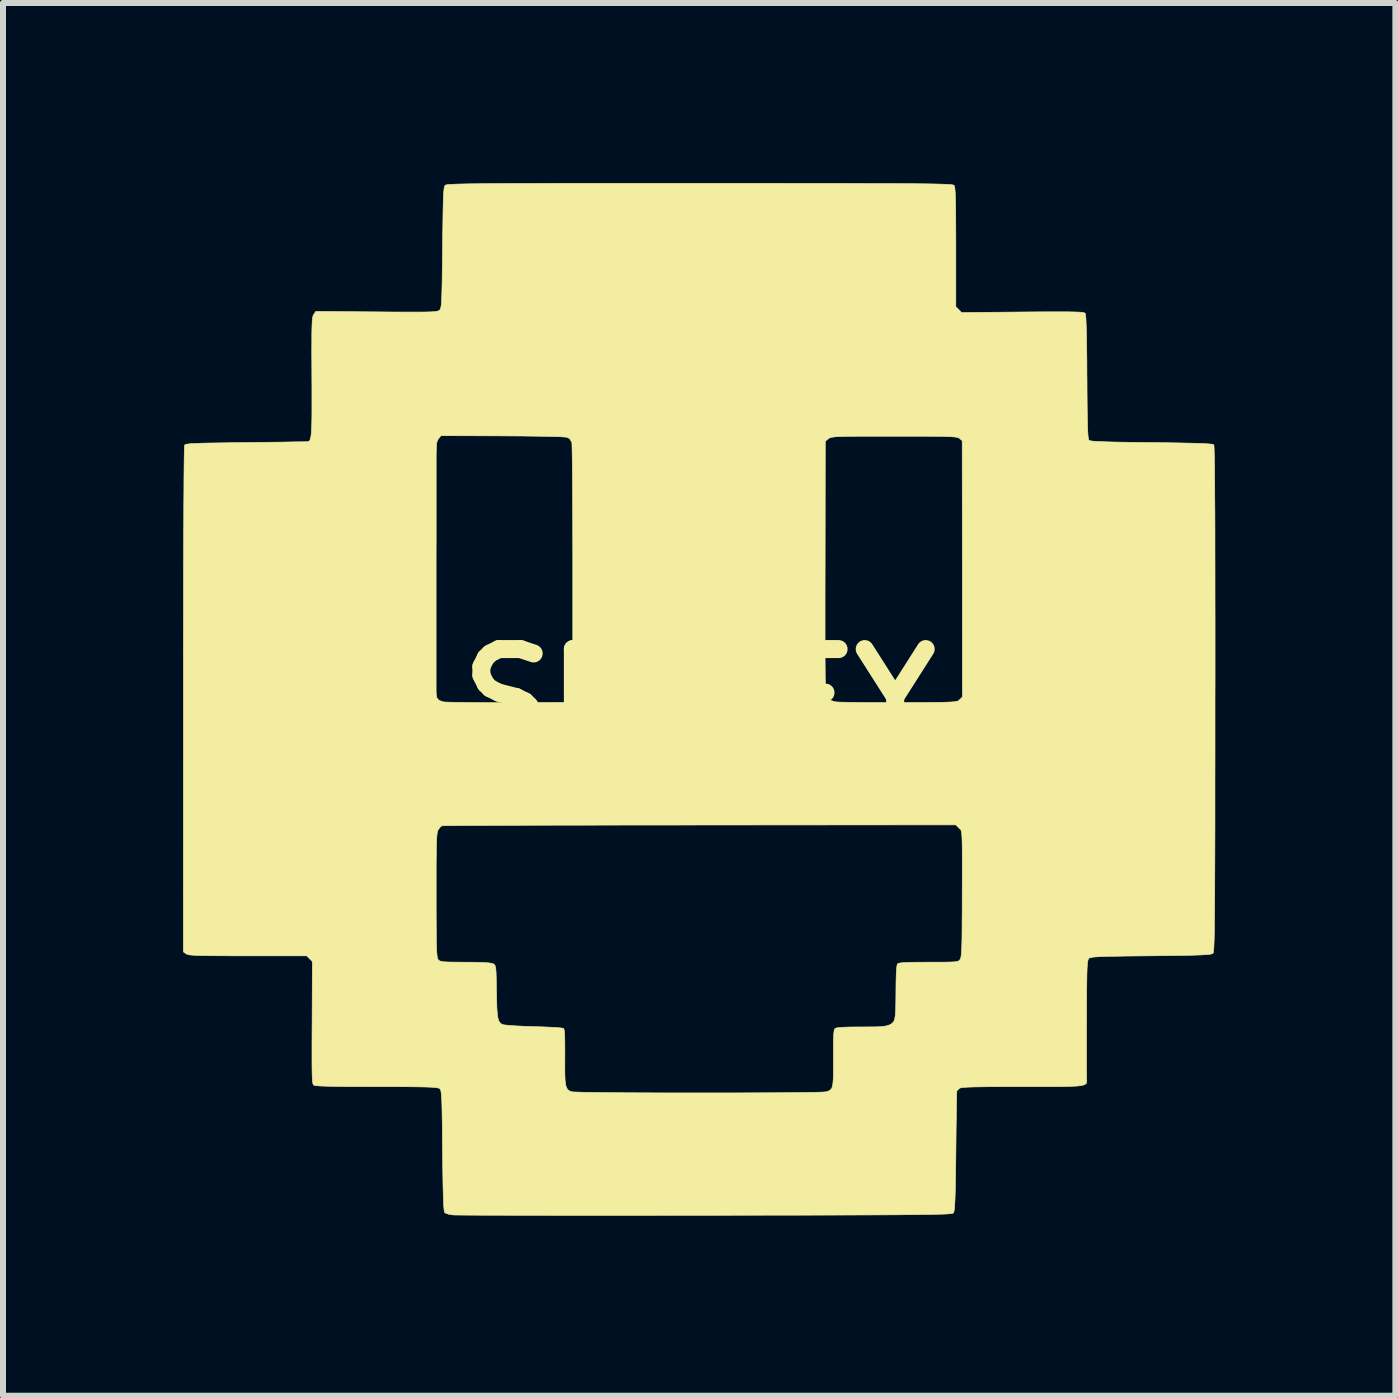
<source format=kicad_pcb>
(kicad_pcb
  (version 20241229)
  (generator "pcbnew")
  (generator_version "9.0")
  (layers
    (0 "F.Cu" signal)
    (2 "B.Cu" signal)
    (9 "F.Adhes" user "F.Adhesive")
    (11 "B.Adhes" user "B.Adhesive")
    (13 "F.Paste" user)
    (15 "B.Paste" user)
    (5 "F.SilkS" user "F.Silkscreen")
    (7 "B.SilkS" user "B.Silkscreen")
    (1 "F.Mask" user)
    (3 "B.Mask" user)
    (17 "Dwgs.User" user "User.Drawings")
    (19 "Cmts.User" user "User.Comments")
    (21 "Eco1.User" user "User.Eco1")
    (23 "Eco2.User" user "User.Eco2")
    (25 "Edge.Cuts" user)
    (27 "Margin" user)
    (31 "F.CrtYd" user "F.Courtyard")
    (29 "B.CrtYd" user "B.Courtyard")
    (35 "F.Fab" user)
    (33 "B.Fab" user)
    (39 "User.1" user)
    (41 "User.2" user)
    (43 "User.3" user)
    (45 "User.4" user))
  (footprint "SMILEY"
    (layer "F.Cu")
    (at 8.599 8.599)
    (property "Reference" "SMILEY" (at 0 0 0) (layer "F.SilkS") (effects (font (size 1.524 1.524) (thickness 0.3))))
    (attr through_hole)
    (fp_poly (pts (xy -0.43 -8.594) (xy 0.012 -8.594) (xy 0.51 -8.594) (xy 0.967 -8.594) (xy 1.385 -8.594) (xy 1.766 -8.593) (xy 2.112 -8.593) (xy 2.424 -8.593) (xy 2.704 -8.592) (xy 2.954 -8.591) (xy 3.175 -8.591) (xy 3.37 -8.59) (xy 3.539 -8.589) (xy 3.686 -8.587) (xy 3.81 -8.586) (xy 3.915 -8.584) (xy 4.002 -8.582) (xy 4.072 -8.58) (xy 4.128 -8.577) (xy 4.17 -8.575) (xy 4.202 -8.572) (xy 4.224 -8.568) (xy 4.238 -8.565) (xy 4.246 -8.561) (xy 4.249 -8.558) (xy 4.256 -8.539) (xy 4.261 -8.5) (xy 4.266 -8.438) (xy 4.269 -8.35) (xy 4.272 -8.233) (xy 4.274 -8.084) (xy 4.275 -7.901) (xy 4.276 -7.68) (xy 4.276 -7.53) (xy 4.276 -6.539) (xy 4.372 -6.442) (xy 5.389 -6.451) (xy 5.627 -6.453) (xy 5.827 -6.454) (xy 5.991 -6.454) (xy 6.124 -6.454) (xy 6.227 -6.452) (xy 6.305 -6.45) (xy 6.361 -6.447) (xy 6.398 -6.442) (xy 6.42 -6.436) (xy 6.43 -6.43) (xy 6.436 -6.409) (xy 6.442 -6.361) (xy 6.446 -6.283) (xy 6.45 -6.174) (xy 6.454 -6.032) (xy 6.456 -5.853) (xy 6.459 -5.637) (xy 6.46 -5.38) (xy 6.461 -5.371) (xy 6.462 -5.124) (xy 6.464 -4.917) (xy 6.466 -4.747) (xy 6.469 -4.609) (xy 6.472 -4.502) (xy 6.476 -4.422) (xy 6.481 -4.366) (xy 6.487 -4.331) (xy 6.493 -4.315) (xy 6.494 -4.314) (xy 6.509 -4.307) (xy 6.543 -4.301) (xy 6.599 -4.296) (xy 6.679 -4.292) (xy 6.786 -4.288) (xy 6.924 -4.284) (xy 7.095 -4.281) (xy 7.303 -4.278) (xy 7.535 -4.276) (xy 7.799 -4.273) (xy 8.021 -4.269) (xy 8.204 -4.265) (xy 8.348 -4.261) (xy 8.456 -4.256) (xy 8.528 -4.25) (xy 8.566 -4.244) (xy 8.573 -4.241) (xy 8.576 -4.226) (xy 8.579 -4.185) (xy 8.581 -4.117) (xy 8.584 -4.022) (xy 8.586 -3.898) (xy 8.587 -3.744) (xy 8.589 -3.559) (xy 8.59 -3.342) (xy 8.592 -3.093) (xy 8.593 -2.809) (xy 8.593 -2.489) (xy 8.594 -2.134) (xy 8.594 -1.741) (xy 8.595 -1.31) (xy 8.595 -0.839) (xy 8.595 -0.327) (xy 8.594 -0.008) (xy 8.594 0.493) (xy 8.594 0.953) (xy 8.593 1.375) (xy 8.593 1.759) (xy 8.593 2.108) (xy 8.592 2.423) (xy 8.591 2.705) (xy 8.59 2.957) (xy 8.589 3.181) (xy 8.588 3.377) (xy 8.587 3.548) (xy 8.585 3.695) (xy 8.584 3.82) (xy 8.582 3.925) (xy 8.58 4.011) (xy 8.577 4.08) (xy 8.575 4.134) (xy 8.572 4.175) (xy 8.569 4.203) (xy 8.566 4.222) (xy 8.562 4.231) (xy 8.561 4.233) (xy 8.548 4.241) (xy 8.524 4.247) (xy 8.486 4.253) (xy 8.43 4.257) (xy 8.353 4.261) (xy 8.25 4.265) (xy 8.119 4.268) (xy 7.956 4.27) (xy 7.758 4.273) (xy 7.522 4.276) (xy 7.29 4.278) (xy 7.096 4.28) (xy 6.937 4.283) (xy 6.809 4.285) (xy 6.71 4.288) (xy 6.634 4.292) (xy 6.579 4.296) (xy 6.54 4.301) (xy 6.515 4.307) (xy 6.499 4.314) (xy 6.489 4.323) (xy 6.486 4.327) (xy 6.479 4.344) (xy 6.472 4.373) (xy 6.467 4.419) (xy 6.463 4.485) (xy 6.46 4.575) (xy 6.458 4.692) (xy 6.456 4.84) (xy 6.455 5.022) (xy 6.454 5.241) (xy 6.454 5.322) (xy 6.453 5.521) (xy 6.453 5.708) (xy 6.453 5.879) (xy 6.453 6.03) (xy 6.453 6.155) (xy 6.454 6.25) (xy 6.454 6.311) (xy 6.455 6.331) (xy 6.457 6.359) (xy 6.455 6.382) (xy 6.448 6.402) (xy 6.431 6.417) (xy 6.401 6.429) (xy 6.355 6.439) (xy 6.289 6.446) (xy 6.201 6.45) (xy 6.085 6.453) (xy 5.94 6.455) (xy 5.761 6.456) (xy 5.546 6.456) (xy 5.376 6.456) (xy 5.14 6.456) (xy 4.943 6.456) (xy 4.781 6.457) (xy 4.651 6.459) (xy 4.548 6.461) (xy 4.471 6.464) (xy 4.414 6.468) (xy 4.375 6.472) (xy 4.349 6.478) (xy 4.334 6.486) (xy 4.33 6.489) (xy 4.302 6.517) (xy 4.293 6.526) (xy 4.291 6.547) (xy 4.29 6.607) (xy 4.288 6.7) (xy 4.286 6.824) (xy 4.284 6.973) (xy 4.281 7.144) (xy 4.279 7.332) (xy 4.277 7.529) (xy 4.274 7.765) (xy 4.271 7.962) (xy 4.268 8.123) (xy 4.265 8.253) (xy 4.261 8.355) (xy 4.257 8.431) (xy 4.253 8.487) (xy 4.247 8.524) (xy 4.241 8.548) (xy 4.233 8.561) (xy 4.233 8.561) (xy 4.226 8.565) (xy 4.211 8.569) (xy 4.187 8.572) (xy 4.152 8.575) (xy 4.105 8.578) (xy 4.043 8.58) (xy 3.965 8.582) (xy 3.87 8.584) (xy 3.754 8.586) (xy 3.618 8.588) (xy 3.459 8.589) (xy 3.274 8.591) (xy 3.064 8.592) (xy 2.825 8.593) (xy 2.557 8.594) (xy 2.257 8.595) (xy 1.923 8.596) (xy 1.555 8.597) (xy 1.149 8.597) (xy 0.706 8.598) (xy 0.222 8.599) (xy 0.105 8.599) (xy -0.31 8.599) (xy -0.714 8.6) (xy -1.106 8.6) (xy -1.483 8.6) (xy -1.844 8.6) (xy -2.185 8.6) (xy -2.506 8.6) (xy -2.803 8.599) (xy -3.076 8.599) (xy -3.321 8.598) (xy -3.536 8.598) (xy -3.72 8.597) (xy -3.871 8.596) (xy -3.985 8.595) (xy -4.062 8.594) (xy -4.099 8.593) (xy -4.101 8.593) (xy -4.169 8.582) (xy -4.221 8.565) (xy -4.238 8.555) (xy -4.245 8.539) (xy -4.251 8.503) (xy -4.256 8.444) (xy -4.26 8.36) (xy -4.264 8.247) (xy -4.268 8.102) (xy -4.271 7.923) (xy -4.274 7.707) (xy -4.276 7.522) (xy -4.278 7.289) (xy -4.28 7.095) (xy -4.283 6.937) (xy -4.285 6.809) (xy -4.288 6.709) (xy -4.292 6.634) (xy -4.296 6.579) (xy -4.301 6.54) (xy -4.307 6.515) (xy -4.314 6.499) (xy -4.323 6.489) (xy -4.327 6.486) (xy -4.343 6.479) (xy -4.372 6.473) (xy -4.416 6.468) (xy -4.481 6.464) (xy -4.568 6.461) (xy -4.681 6.459) (xy -4.825 6.457) (xy -5.002 6.456) (xy -5.215 6.456) (xy -5.371 6.456) (xy -5.624 6.455) (xy -5.846 6.454) (xy -6.033 6.452) (xy -6.185 6.449) (xy -6.301 6.445) (xy -6.377 6.44) (xy -6.413 6.435) (xy -6.414 6.434) (xy -6.423 6.428) (xy -6.431 6.417) (xy -6.437 6.398) (xy -6.442 6.368) (xy -6.446 6.322) (xy -6.448 6.258) (xy -6.45 6.171) (xy -6.451 6.058) (xy -6.451 5.916) (xy -6.451 5.74) (xy -6.45 5.528) (xy -6.449 5.392) (xy -6.445 4.371) (xy -6.492 4.323) (xy -6.539 4.276) (xy -7.519 4.276) (xy -7.752 4.276) (xy -7.946 4.275) (xy -8.105 4.274) (xy -8.233 4.272) (xy -8.333 4.27) (xy -8.409 4.267) (xy -8.465 4.263) (xy -8.503 4.258) (xy -8.529 4.251) (xy -8.545 4.244) (xy -8.547 4.243) (xy -8.594 4.21) (xy -8.594 3.024) (xy -4.382 3.024) (xy -4.382 3.263) (xy -4.382 3.275) (xy -4.382 3.512) (xy -4.381 3.711) (xy -4.38 3.874) (xy -4.379 4.006) (xy -4.377 4.11) (xy -4.374 4.189) (xy -4.37 4.248) (xy -4.365 4.289) (xy -4.36 4.317) (xy -4.353 4.334) (xy -4.346 4.343) (xy -4.331 4.356) (xy -4.307 4.366) (xy -4.271 4.373) (xy -4.214 4.378) (xy -4.133 4.38) (xy -4.02 4.381) (xy -3.897 4.382) (xy -3.728 4.383) (xy -3.599 4.387) (xy -3.507 4.393) (xy -3.45 4.402) (xy -3.433 4.408) (xy -3.416 4.418) (xy -3.404 4.432) (xy -3.395 4.455) (xy -3.389 4.493) (xy -3.384 4.552) (xy -3.381 4.637) (xy -3.379 4.755) (xy -3.377 4.871) (xy -3.374 5.031) (xy -3.37 5.154) (xy -3.363 5.247) (xy -3.353 5.313) (xy -3.339 5.359) (xy -3.319 5.39) (xy -3.294 5.411) (xy -3.28 5.419) (xy -3.246 5.427) (xy -3.175 5.434) (xy -3.075 5.442) (xy -2.95 5.448) (xy -2.806 5.454) (xy -2.763 5.455) (xy -2.624 5.459) (xy -2.499 5.464) (xy -2.394 5.47) (xy -2.316 5.476) (xy -2.27 5.482) (xy -2.262 5.484) (xy -2.252 5.5) (xy -2.246 5.538) (xy -2.241 5.603) (xy -2.239 5.698) (xy -2.238 5.827) (xy -2.238 5.962) (xy -2.239 6.127) (xy -2.238 6.255) (xy -2.234 6.351) (xy -2.225 6.421) (xy -2.212 6.469) (xy -2.193 6.502) (xy -2.166 6.523) (xy -2.132 6.54) (xy -2.131 6.54) (xy -2.103 6.543) (xy -2.035 6.546) (xy -1.932 6.549) (xy -1.798 6.551) (xy -1.635 6.553) (xy -1.448 6.555) (xy -1.239 6.557) (xy -1.013 6.558) (xy -0.773 6.559) (xy -0.522 6.56) (xy -0.265 6.56) (xy -0.004 6.56) (xy 0.257 6.56) (xy 0.515 6.56) (xy 0.765 6.559) (xy 1.005 6.558) (xy 1.231 6.557) (xy 1.438 6.556) (xy 1.625 6.554) (xy 1.787 6.552) (xy 1.92 6.55) (xy 2.022 6.547) (xy 2.088 6.544) (xy 2.114 6.541) (xy 2.153 6.529) (xy 2.183 6.513) (xy 2.205 6.488) (xy 2.22 6.45) (xy 2.229 6.393) (xy 2.235 6.311) (xy 2.237 6.199) (xy 2.236 6.052) (xy 2.236 5.982) (xy 2.236 5.821) (xy 2.237 5.697) (xy 2.24 5.606) (xy 2.245 5.545) (xy 2.252 5.507) (xy 2.261 5.489) (xy 2.282 5.479) (xy 2.326 5.471) (xy 2.395 5.466) (xy 2.497 5.462) (xy 2.634 5.461) (xy 2.695 5.461) (xy 2.841 5.46) (xy 2.952 5.459) (xy 3.034 5.455) (xy 3.093 5.448) (xy 3.136 5.439) (xy 3.169 5.427) (xy 3.175 5.424) (xy 3.206 5.407) (xy 3.23 5.386) (xy 3.248 5.357) (xy 3.26 5.314) (xy 3.269 5.252) (xy 3.274 5.165) (xy 3.276 5.048) (xy 3.278 4.896) (xy 3.278 4.846) (xy 3.28 4.684) (xy 3.284 4.561) (xy 3.29 4.476) (xy 3.298 4.424) (xy 3.306 4.407) (xy 3.33 4.398) (xy 3.381 4.391) (xy 3.465 4.386) (xy 3.583 4.383) (xy 3.739 4.382) (xy 3.824 4.381) (xy 3.981 4.381) (xy 4.101 4.381) (xy 4.189 4.379) (xy 4.251 4.376) (xy 4.292 4.371) (xy 4.318 4.363) (xy 4.334 4.352) (xy 4.345 4.338) (xy 4.348 4.334) (xy 4.357 4.315) (xy 4.363 4.284) (xy 4.369 4.237) (xy 4.373 4.17) (xy 4.376 4.079) (xy 4.379 3.96) (xy 4.38 3.809) (xy 4.381 3.621) (xy 4.382 3.503) (xy 4.382 3.236) (xy 4.383 3.008) (xy 4.383 2.816) (xy 4.383 2.656) (xy 4.383 2.527) (xy 4.382 2.423) (xy 4.38 2.342) (xy 4.377 2.282) (xy 4.374 2.238) (xy 4.369 2.207) (xy 4.363 2.186) (xy 4.356 2.173) (xy 4.347 2.163) (xy 4.336 2.154) (xy 4.329 2.147) (xy 4.276 2.094) (xy 0.009 2.096) (xy -0.414 2.097) (xy -0.825 2.097) (xy -1.223 2.097) (xy -1.606 2.098) (xy -1.971 2.099) (xy -2.318 2.099) (xy -2.643 2.1) (xy -2.945 2.101) (xy -3.222 2.102) (xy -3.471 2.103) (xy -3.691 2.104) (xy -3.88 2.105) (xy -4.036 2.106) (xy -4.156 2.107) (xy -4.239 2.108) (xy -4.283 2.11) (xy -4.289 2.11) (xy -4.32 2.136) (xy -4.351 2.182) (xy -4.351 2.183) (xy -4.359 2.203) (xy -4.365 2.232) (xy -4.37 2.276) (xy -4.374 2.336) (xy -4.377 2.418) (xy -4.379 2.524) (xy -4.381 2.658) (xy -4.382 2.823) (xy -4.382 3.024) (xy -8.594 3.024) (xy -8.593 0.004) (xy -8.593 -0.505) (xy -8.593 -0.936) (xy -4.383 -0.936) (xy -4.383 -0.727) (xy -4.383 -0.543) (xy -4.383 -0.385) (xy -4.383 -0.259) (xy -4.383 -0.166) (xy -4.382 -0.11) (xy -4.382 -0.095) (xy -4.371 -0.024) (xy -4.336 0.019) (xy -4.273 0.043) (xy -4.238 0.047) (xy -4.165 0.05) (xy -4.058 0.052) (xy -3.923 0.054) (xy -3.764 0.056) (xy -3.585 0.057) (xy -3.39 0.057) (xy -3.202 0.057) (xy -2.202 0.053) (xy -2.154 0.005) (xy -2.106 -0.044) (xy -2.106 -1.262) (xy 2.097 -1.262) (xy 2.097 -1.028) (xy 2.097 -0.827) (xy 2.098 -0.655) (xy 2.099 -0.51) (xy 2.1 -0.39) (xy 2.102 -0.293) (xy 2.104 -0.215) (xy 2.107 -0.155) (xy 2.11 -0.11) (xy 2.114 -0.076) (xy 2.119 -0.053) (xy 2.124 -0.037) (xy 2.13 -0.026) (xy 2.134 -0.021) (xy 2.191 0.021) (xy 2.267 0.044) (xy 2.307 0.047) (xy 2.385 0.05) (xy 2.495 0.052) (xy 2.634 0.054) (xy 2.796 0.056) (xy 2.977 0.056) (xy 3.171 0.057) (xy 3.328 0.056) (xy 3.555 0.055) (xy 3.744 0.055) (xy 3.898 0.053) (xy 4.022 0.052) (xy 4.118 0.05) (xy 4.19 0.047) (xy 4.243 0.043) (xy 4.28 0.038) (xy 4.305 0.032) (xy 4.322 0.024) (xy 4.334 0.014) (xy 4.34 0.008) (xy 4.385 -0.036) (xy 4.384 -2.172) (xy 4.382 -4.307) (xy 4.337 -4.344) (xy 4.324 -4.353) (xy 4.306 -4.36) (xy 4.278 -4.366) (xy 4.237 -4.37) (xy 4.18 -4.374) (xy 4.103 -4.377) (xy 4.002 -4.379) (xy 3.873 -4.38) (xy 3.714 -4.381) (xy 3.52 -4.381) (xy 3.288 -4.381) (xy 3.25 -4.381) (xy 3.012 -4.381) (xy 2.814 -4.381) (xy 2.65 -4.381) (xy 2.518 -4.379) (xy 2.414 -4.378) (xy 2.333 -4.375) (xy 2.273 -4.372) (xy 2.23 -4.367) (xy 2.2 -4.362) (xy 2.179 -4.355) (xy 2.163 -4.347) (xy 2.154 -4.34) (xy 2.101 -4.298) (xy 2.098 -2.184) (xy 2.097 -1.838) (xy 2.097 -1.531) (xy 2.097 -1.262) (xy -2.106 -1.262) (xy -2.106 -2.133) (xy -2.106 -2.428) (xy -2.107 -2.712) (xy -2.107 -2.981) (xy -2.109 -3.234) (xy -2.11 -3.466) (xy -2.111 -3.675) (xy -2.113 -3.859) (xy -2.115 -4.013) (xy -2.117 -4.135) (xy -2.119 -4.223) (xy -2.121 -4.272) (xy -2.123 -4.282) (xy -2.158 -4.338) (xy -2.195 -4.362) (xy -2.23 -4.367) (xy -2.304 -4.372) (xy -2.416 -4.376) (xy -2.562 -4.379) (xy -2.741 -4.382) (xy -2.949 -4.385) (xy -3.184 -4.386) (xy -3.277 -4.387) (xy -4.302 -4.39) (xy -4.342 -4.341) (xy -4.358 -4.315) (xy -4.37 -4.281) (xy -4.377 -4.23) (xy -4.38 -4.155) (xy -4.382 -4.048) (xy -4.382 -4.014) (xy -4.382 -3.95) (xy -4.382 -3.847) (xy -4.382 -3.709) (xy -4.382 -3.541) (xy -4.382 -3.344) (xy -4.382 -3.125) (xy -4.382 -2.885) (xy -4.382 -2.63) (xy -4.383 -2.362) (xy -4.383 -2.086) (xy -4.383 -1.947) (xy -4.383 -1.674) (xy -4.383 -1.413) (xy -4.383 -1.166) (xy -4.383 -0.936) (xy -8.593 -0.936) (xy -8.593 -0.986) (xy -8.592 -1.438) (xy -8.592 -1.86) (xy -8.591 -2.251) (xy -8.59 -2.611) (xy -8.588 -2.937) (xy -8.587 -3.229) (xy -8.585 -3.486) (xy -8.584 -3.707) (xy -8.582 -3.891) (xy -8.58 -4.036) (xy -8.578 -4.143) (xy -8.575 -4.209) (xy -8.573 -4.233) (xy -8.564 -4.241) (xy -8.543 -4.247) (xy -8.508 -4.253) (xy -8.456 -4.257) (xy -8.382 -4.261) (xy -8.283 -4.265) (xy -8.156 -4.268) (xy -7.998 -4.27) (xy -7.805 -4.273) (xy -7.573 -4.276) (xy -7.531 -4.276) (xy -7.327 -4.279) (xy -7.137 -4.281) (xy -6.964 -4.283) (xy -6.813 -4.286) (xy -6.687 -4.288) (xy -6.591 -4.289) (xy -6.529 -4.291) (xy -6.504 -4.292) (xy -6.504 -4.292) (xy -6.491 -4.308) (xy -6.48 -4.33) (xy -6.472 -4.362) (xy -6.465 -4.408) (xy -6.46 -4.47) (xy -6.456 -4.553) (xy -6.453 -4.661) (xy -6.452 -4.797) (xy -6.452 -4.964) (xy -6.452 -5.167) (xy -6.453 -5.373) (xy -6.454 -5.605) (xy -6.455 -5.798) (xy -6.454 -5.956) (xy -6.454 -6.083) (xy -6.452 -6.183) (xy -6.449 -6.259) (xy -6.446 -6.315) (xy -6.441 -6.355) (xy -6.435 -6.382) (xy -6.427 -6.401) (xy -6.423 -6.408) (xy -6.388 -6.461) (xy -5.375 -6.453) (xy -5.141 -6.451) (xy -4.946 -6.45) (xy -4.785 -6.45) (xy -4.657 -6.45) (xy -4.555 -6.451) (xy -4.478 -6.453) (xy -4.422 -6.456) (xy -4.382 -6.46) (xy -4.355 -6.466) (xy -4.338 -6.473) (xy -4.326 -6.481) (xy -4.324 -6.483) (xy -4.315 -6.494) (xy -4.308 -6.511) (xy -4.302 -6.538) (xy -4.296 -6.578) (xy -4.292 -6.635) (xy -4.289 -6.712) (xy -4.286 -6.813) (xy -4.283 -6.943) (xy -4.281 -7.103) (xy -4.278 -7.299) (xy -4.276 -7.525) (xy -4.273 -7.76) (xy -4.27 -7.957) (xy -4.268 -8.118) (xy -4.265 -8.248) (xy -4.262 -8.35) (xy -4.258 -8.427) (xy -4.253 -8.483) (xy -4.248 -8.521) (xy -4.241 -8.546) (xy -4.234 -8.56) (xy -4.232 -8.562) (xy -4.225 -8.566) (xy -4.212 -8.569) (xy -4.19 -8.573) (xy -4.158 -8.576) (xy -4.115 -8.578) (xy -4.058 -8.581) (xy -3.986 -8.583) (xy -3.897 -8.585) (xy -3.79 -8.587) (xy -3.662 -8.588) (xy -3.513 -8.59) (xy -3.339 -8.591) (xy -3.141 -8.592) (xy -2.915 -8.592) (xy -2.66 -8.593) (xy -2.375 -8.594) (xy -2.057 -8.594) (xy -1.706 -8.594) (xy -1.319 -8.594) (xy -0.894 -8.594) (xy -0.43 -8.594)) (stroke (width 0.01) (type solid)) (fill yes) (layer "F.SilkS")))
  (gr_rect
    (start -3 -3)
    (end 20.198 20.204)
    (stroke (width 0.1) (type default))
    (fill no)
    (layer "Edge.Cuts")))
</source>
